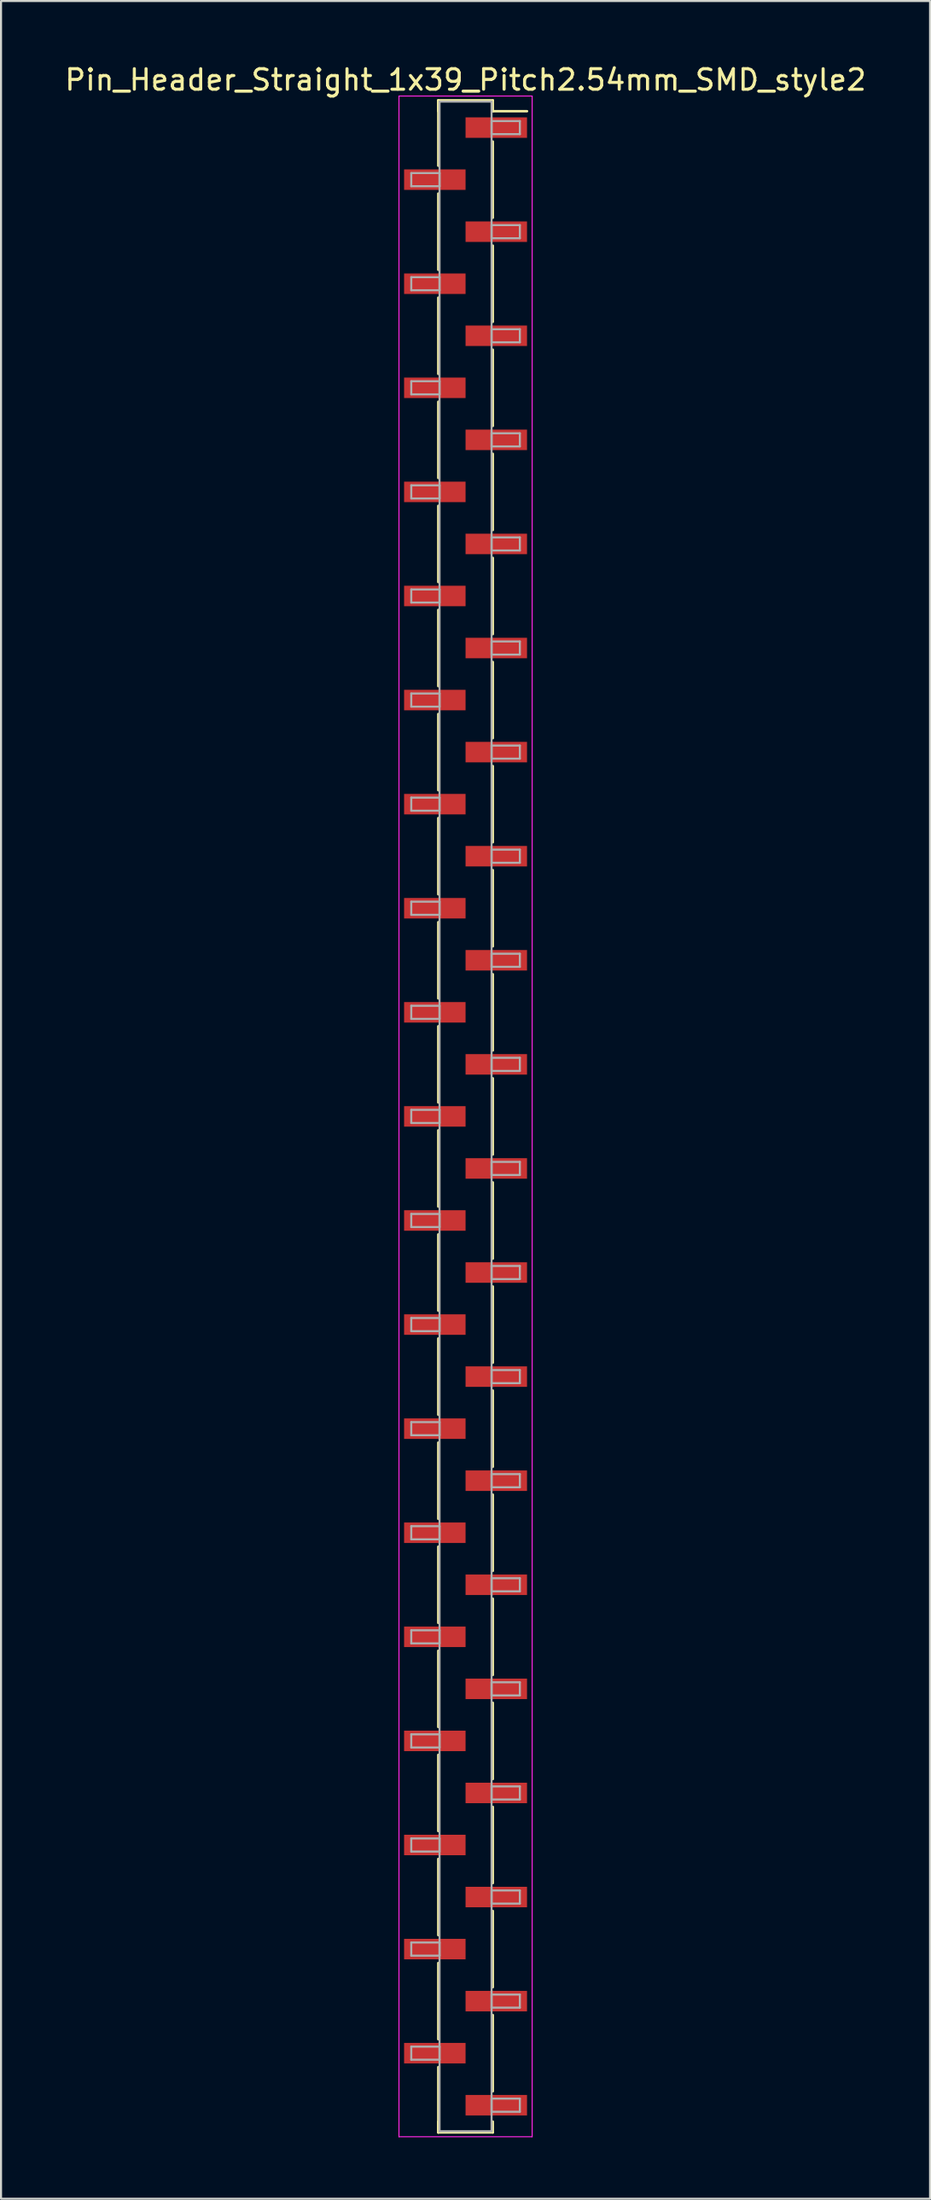
<source format=kicad_pcb>
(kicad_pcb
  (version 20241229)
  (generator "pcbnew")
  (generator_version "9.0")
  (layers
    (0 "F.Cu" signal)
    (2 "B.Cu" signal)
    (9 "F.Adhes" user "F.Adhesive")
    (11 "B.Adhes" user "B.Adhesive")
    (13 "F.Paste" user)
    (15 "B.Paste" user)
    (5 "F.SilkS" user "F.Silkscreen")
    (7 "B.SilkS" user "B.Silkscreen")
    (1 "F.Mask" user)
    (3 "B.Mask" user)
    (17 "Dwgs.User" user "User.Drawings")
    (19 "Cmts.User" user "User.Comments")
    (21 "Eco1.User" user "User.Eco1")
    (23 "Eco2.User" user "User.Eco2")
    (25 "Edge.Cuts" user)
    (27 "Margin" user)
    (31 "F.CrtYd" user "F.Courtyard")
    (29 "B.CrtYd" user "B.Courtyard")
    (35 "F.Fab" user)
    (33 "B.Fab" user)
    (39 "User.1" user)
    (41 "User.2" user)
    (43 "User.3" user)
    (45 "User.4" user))
  (footprint "Pin_Header_Straight_1x39_Pitch2.54mm_SMD_style2"
    (layer "F.Cu")
    (at 19.673 51.438)
    (property "Reference" "Pin_Header_Straight_1x39_Pitch2.54mm_SMD_style2" (at 0 -50.59 0) (layer "F.SilkS") (effects (font (size 1 1) (thickness 0.15))))
    (attr smd)
    (fp_line (start -1.33 -49.59) (end -1.33 -46.4) (stroke (width 0.12) (type solid)) (layer "F.SilkS"))
    (fp_line (start -1.33 -49.59) (end 1.33 -49.59) (stroke (width 0.12) (type solid)) (layer "F.SilkS"))
    (fp_line (start -1.33 -49.06) (end -1.33 -49.59) (stroke (width 0.12) (type solid)) (layer "F.SilkS"))
    (fp_line (start -1.33 -45.04) (end -1.33 -41.32) (stroke (width 0.12) (type solid)) (layer "F.SilkS"))
    (fp_line (start -1.33 -39.96) (end -1.33 -36.24) (stroke (width 0.12) (type solid)) (layer "F.SilkS"))
    (fp_line (start -1.33 -34.88) (end -1.33 -31.16) (stroke (width 0.12) (type solid)) (layer "F.SilkS"))
    (fp_line (start -1.33 -29.8) (end -1.33 -26.08) (stroke (width 0.12) (type solid)) (layer "F.SilkS"))
    (fp_line (start -1.33 -24.72) (end -1.33 -21) (stroke (width 0.12) (type solid)) (layer "F.SilkS"))
    (fp_line (start -1.33 -19.64) (end -1.33 -15.92) (stroke (width 0.12) (type solid)) (layer "F.SilkS"))
    (fp_line (start -1.33 -14.56) (end -1.33 -10.84) (stroke (width 0.12) (type solid)) (layer "F.SilkS"))
    (fp_line (start -1.33 -9.48) (end -1.33 -5.76) (stroke (width 0.12) (type solid)) (layer "F.SilkS"))
    (fp_line (start -1.33 -4.4) (end -1.33 -0.68) (stroke (width 0.12) (type solid)) (layer "F.SilkS"))
    (fp_line (start -1.33 0.68) (end -1.33 4.4) (stroke (width 0.12) (type solid)) (layer "F.SilkS"))
    (fp_line (start -1.33 5.76) (end -1.33 9.48) (stroke (width 0.12) (type solid)) (layer "F.SilkS"))
    (fp_line (start -1.33 10.84) (end -1.33 14.56) (stroke (width 0.12) (type solid)) (layer "F.SilkS"))
    (fp_line (start -1.33 15.92) (end -1.33 19.64) (stroke (width 0.12) (type solid)) (layer "F.SilkS"))
    (fp_line (start -1.33 21) (end -1.33 24.72) (stroke (width 0.12) (type solid)) (layer "F.SilkS"))
    (fp_line (start -1.33 26.08) (end -1.33 29.8) (stroke (width 0.12) (type solid)) (layer "F.SilkS"))
    (fp_line (start -1.33 31.16) (end -1.33 34.88) (stroke (width 0.12) (type solid)) (layer "F.SilkS"))
    (fp_line (start -1.33 36.24) (end -1.33 39.96) (stroke (width 0.12) (type solid)) (layer "F.SilkS"))
    (fp_line (start -1.33 41.32) (end -1.33 45.04) (stroke (width 0.12) (type solid)) (layer "F.SilkS"))
    (fp_line (start -1.33 46.4) (end -1.33 49.59) (stroke (width 0.12) (type solid)) (layer "F.SilkS"))
    (fp_line (start -1.33 49.06) (end -1.33 49.59) (stroke (width 0.12) (type solid)) (layer "F.SilkS"))
    (fp_line (start -1.33 49.59) (end 1.33 49.59) (stroke (width 0.12) (type solid)) (layer "F.SilkS"))
    (fp_line (start 1.33 -49.59) (end 1.33 -49.06) (stroke (width 0.12) (type solid)) (layer "F.SilkS"))
    (fp_line (start 1.33 -49.06) (end 3 -49.06) (stroke (width 0.12) (type solid)) (layer "F.SilkS"))
    (fp_line (start 1.33 -47.58) (end 1.33 -43.86) (stroke (width 0.12) (type solid)) (layer "F.SilkS"))
    (fp_line (start 1.33 -42.5) (end 1.33 -38.78) (stroke (width 0.12) (type solid)) (layer "F.SilkS"))
    (fp_line (start 1.33 -37.42) (end 1.33 -33.7) (stroke (width 0.12) (type solid)) (layer "F.SilkS"))
    (fp_line (start 1.33 -32.34) (end 1.33 -28.62) (stroke (width 0.12) (type solid)) (layer "F.SilkS"))
    (fp_line (start 1.33 -27.26) (end 1.33 -23.54) (stroke (width 0.12) (type solid)) (layer "F.SilkS"))
    (fp_line (start 1.33 -22.18) (end 1.33 -18.46) (stroke (width 0.12) (type solid)) (layer "F.SilkS"))
    (fp_line (start 1.33 -17.1) (end 1.33 -13.38) (stroke (width 0.12) (type solid)) (layer "F.SilkS"))
    (fp_line (start 1.33 -12.02) (end 1.33 -8.3) (stroke (width 0.12) (type solid)) (layer "F.SilkS"))
    (fp_line (start 1.33 -6.94) (end 1.33 -3.22) (stroke (width 0.12) (type solid)) (layer "F.SilkS"))
    (fp_line (start 1.33 -1.86) (end 1.33 1.86) (stroke (width 0.12) (type solid)) (layer "F.SilkS"))
    (fp_line (start 1.33 3.22) (end 1.33 6.94) (stroke (width 0.12) (type solid)) (layer "F.SilkS"))
    (fp_line (start 1.33 8.3) (end 1.33 12.02) (stroke (width 0.12) (type solid)) (layer "F.SilkS"))
    (fp_line (start 1.33 13.38) (end 1.33 17.1) (stroke (width 0.12) (type solid)) (layer "F.SilkS"))
    (fp_line (start 1.33 18.46) (end 1.33 22.18) (stroke (width 0.12) (type solid)) (layer "F.SilkS"))
    (fp_line (start 1.33 23.54) (end 1.33 27.26) (stroke (width 0.12) (type solid)) (layer "F.SilkS"))
    (fp_line (start 1.33 28.62) (end 1.33 32.34) (stroke (width 0.12) (type solid)) (layer "F.SilkS"))
    (fp_line (start 1.33 33.7) (end 1.33 37.42) (stroke (width 0.12) (type solid)) (layer "F.SilkS"))
    (fp_line (start 1.33 38.78) (end 1.33 42.5) (stroke (width 0.12) (type solid)) (layer "F.SilkS"))
    (fp_line (start 1.33 43.86) (end 1.33 47.58) (stroke (width 0.12) (type solid)) (layer "F.SilkS"))
    (fp_line (start 1.33 49.59) (end 1.33 49.06) (stroke (width 0.12) (type solid)) (layer "F.SilkS"))
    (fp_line (start -3.25 -49.8) (end -3.25 49.8) (stroke (width 0.05) (type solid)) (layer "F.CrtYd"))
    (fp_line (start -3.25 49.8) (end 3.25 49.8) (stroke (width 0.05) (type solid)) (layer "F.CrtYd"))
    (fp_line (start 3.25 -49.8) (end -3.25 -49.8) (stroke (width 0.05) (type solid)) (layer "F.CrtYd"))
    (fp_line (start 3.25 49.8) (end 3.25 -49.8) (stroke (width 0.05) (type solid)) (layer "F.CrtYd"))
    (fp_line (start -2.65 -46.04) (end -1.27 -46.04) (stroke (width 0.1) (type solid)) (layer "F.Fab"))
    (fp_line (start -2.65 -45.4) (end -2.65 -46.04) (stroke (width 0.1) (type solid)) (layer "F.Fab"))
    (fp_line (start -2.65 -40.96) (end -1.27 -40.96) (stroke (width 0.1) (type solid)) (layer "F.Fab"))
    (fp_line (start -2.65 -40.32) (end -2.65 -40.96) (stroke (width 0.1) (type solid)) (layer "F.Fab"))
    (fp_line (start -2.65 -35.88) (end -1.27 -35.88) (stroke (width 0.1) (type solid)) (layer "F.Fab"))
    (fp_line (start -2.65 -35.24) (end -2.65 -35.88) (stroke (width 0.1) (type solid)) (layer "F.Fab"))
    (fp_line (start -2.65 -30.8) (end -1.27 -30.8) (stroke (width 0.1) (type solid)) (layer "F.Fab"))
    (fp_line (start -2.65 -30.16) (end -2.65 -30.8) (stroke (width 0.1) (type solid)) (layer "F.Fab"))
    (fp_line (start -2.65 -25.72) (end -1.27 -25.72) (stroke (width 0.1) (type solid)) (layer "F.Fab"))
    (fp_line (start -2.65 -25.08) (end -2.65 -25.72) (stroke (width 0.1) (type solid)) (layer "F.Fab"))
    (fp_line (start -2.65 -20.64) (end -1.27 -20.64) (stroke (width 0.1) (type solid)) (layer "F.Fab"))
    (fp_line (start -2.65 -20) (end -2.65 -20.64) (stroke (width 0.1) (type solid)) (layer "F.Fab"))
    (fp_line (start -2.65 -15.56) (end -1.27 -15.56) (stroke (width 0.1) (type solid)) (layer "F.Fab"))
    (fp_line (start -2.65 -14.92) (end -2.65 -15.56) (stroke (width 0.1) (type solid)) (layer "F.Fab"))
    (fp_line (start -2.65 -10.48) (end -1.27 -10.48) (stroke (width 0.1) (type solid)) (layer "F.Fab"))
    (fp_line (start -2.65 -9.84) (end -2.65 -10.48) (stroke (width 0.1) (type solid)) (layer "F.Fab"))
    (fp_line (start -2.65 -5.4) (end -1.27 -5.4) (stroke (width 0.1) (type solid)) (layer "F.Fab"))
    (fp_line (start -2.65 -4.76) (end -2.65 -5.4) (stroke (width 0.1) (type solid)) (layer "F.Fab"))
    (fp_line (start -2.65 -0.32) (end -1.27 -0.32) (stroke (width 0.1) (type solid)) (layer "F.Fab"))
    (fp_line (start -2.65 0.32) (end -2.65 -0.32) (stroke (width 0.1) (type solid)) (layer "F.Fab"))
    (fp_line (start -2.65 4.76) (end -1.27 4.76) (stroke (width 0.1) (type solid)) (layer "F.Fab"))
    (fp_line (start -2.65 5.4) (end -2.65 4.76) (stroke (width 0.1) (type solid)) (layer "F.Fab"))
    (fp_line (start -2.65 9.84) (end -1.27 9.84) (stroke (width 0.1) (type solid)) (layer "F.Fab"))
    (fp_line (start -2.65 10.48) (end -2.65 9.84) (stroke (width 0.1) (type solid)) (layer "F.Fab"))
    (fp_line (start -2.65 14.92) (end -1.27 14.92) (stroke (width 0.1) (type solid)) (layer "F.Fab"))
    (fp_line (start -2.65 15.56) (end -2.65 14.92) (stroke (width 0.1) (type solid)) (layer "F.Fab"))
    (fp_line (start -2.65 20) (end -1.27 20) (stroke (width 0.1) (type solid)) (layer "F.Fab"))
    (fp_line (start -2.65 20.64) (end -2.65 20) (stroke (width 0.1) (type solid)) (layer "F.Fab"))
    (fp_line (start -2.65 25.08) (end -1.27 25.08) (stroke (width 0.1) (type solid)) (layer "F.Fab"))
    (fp_line (start -2.65 25.72) (end -2.65 25.08) (stroke (width 0.1) (type solid)) (layer "F.Fab"))
    (fp_line (start -2.65 30.16) (end -1.27 30.16) (stroke (width 0.1) (type solid)) (layer "F.Fab"))
    (fp_line (start -2.65 30.8) (end -2.65 30.16) (stroke (width 0.1) (type solid)) (layer "F.Fab"))
    (fp_line (start -2.65 35.24) (end -1.27 35.24) (stroke (width 0.1) (type solid)) (layer "F.Fab"))
    (fp_line (start -2.65 35.88) (end -2.65 35.24) (stroke (width 0.1) (type solid)) (layer "F.Fab"))
    (fp_line (start -2.65 40.32) (end -1.27 40.32) (stroke (width 0.1) (type solid)) (layer "F.Fab"))
    (fp_line (start -2.65 40.96) (end -2.65 40.32) (stroke (width 0.1) (type solid)) (layer "F.Fab"))
    (fp_line (start -2.65 45.4) (end -1.27 45.4) (stroke (width 0.1) (type solid)) (layer "F.Fab"))
    (fp_line (start -2.65 46.04) (end -2.65 45.4) (stroke (width 0.1) (type solid)) (layer "F.Fab"))
    (fp_line (start -1.27 -49.53) (end -1.27 49.53) (stroke (width 0.1) (type solid)) (layer "F.Fab"))
    (fp_line (start -1.27 -46.04) (end -1.27 -45.4) (stroke (width 0.1) (type solid)) (layer "F.Fab"))
    (fp_line (start -1.27 -45.4) (end -2.65 -45.4) (stroke (width 0.1) (type solid)) (layer "F.Fab"))
    (fp_line (start -1.27 -40.96) (end -1.27 -40.32) (stroke (width 0.1) (type solid)) (layer "F.Fab"))
    (fp_line (start -1.27 -40.32) (end -2.65 -40.32) (stroke (width 0.1) (type solid)) (layer "F.Fab"))
    (fp_line (start -1.27 -35.88) (end -1.27 -35.24) (stroke (width 0.1) (type solid)) (layer "F.Fab"))
    (fp_line (start -1.27 -35.24) (end -2.65 -35.24) (stroke (width 0.1) (type solid)) (layer "F.Fab"))
    (fp_line (start -1.27 -30.8) (end -1.27 -30.16) (stroke (width 0.1) (type solid)) (layer "F.Fab"))
    (fp_line (start -1.27 -30.16) (end -2.65 -30.16) (stroke (width 0.1) (type solid)) (layer "F.Fab"))
    (fp_line (start -1.27 -25.72) (end -1.27 -25.08) (stroke (width 0.1) (type solid)) (layer "F.Fab"))
    (fp_line (start -1.27 -25.08) (end -2.65 -25.08) (stroke (width 0.1) (type solid)) (layer "F.Fab"))
    (fp_line (start -1.27 -20.64) (end -1.27 -20) (stroke (width 0.1) (type solid)) (layer "F.Fab"))
    (fp_line (start -1.27 -20) (end -2.65 -20) (stroke (width 0.1) (type solid)) (layer "F.Fab"))
    (fp_line (start -1.27 -15.56) (end -1.27 -14.92) (stroke (width 0.1) (type solid)) (layer "F.Fab"))
    (fp_line (start -1.27 -14.92) (end -2.65 -14.92) (stroke (width 0.1) (type solid)) (layer "F.Fab"))
    (fp_line (start -1.27 -10.48) (end -1.27 -9.84) (stroke (width 0.1) (type solid)) (layer "F.Fab"))
    (fp_line (start -1.27 -9.84) (end -2.65 -9.84) (stroke (width 0.1) (type solid)) (layer "F.Fab"))
    (fp_line (start -1.27 -5.4) (end -1.27 -4.76) (stroke (width 0.1) (type solid)) (layer "F.Fab"))
    (fp_line (start -1.27 -4.76) (end -2.65 -4.76) (stroke (width 0.1) (type solid)) (layer "F.Fab"))
    (fp_line (start -1.27 -0.32) (end -1.27 0.32) (stroke (width 0.1) (type solid)) (layer "F.Fab"))
    (fp_line (start -1.27 0.32) (end -2.65 0.32) (stroke (width 0.1) (type solid)) (layer "F.Fab"))
    (fp_line (start -1.27 4.76) (end -1.27 5.4) (stroke (width 0.1) (type solid)) (layer "F.Fab"))
    (fp_line (start -1.27 5.4) (end -2.65 5.4) (stroke (width 0.1) (type solid)) (layer "F.Fab"))
    (fp_line (start -1.27 9.84) (end -1.27 10.48) (stroke (width 0.1) (type solid)) (layer "F.Fab"))
    (fp_line (start -1.27 10.48) (end -2.65 10.48) (stroke (width 0.1) (type solid)) (layer "F.Fab"))
    (fp_line (start -1.27 14.92) (end -1.27 15.56) (stroke (width 0.1) (type solid)) (layer "F.Fab"))
    (fp_line (start -1.27 15.56) (end -2.65 15.56) (stroke (width 0.1) (type solid)) (layer "F.Fab"))
    (fp_line (start -1.27 20) (end -1.27 20.64) (stroke (width 0.1) (type solid)) (layer "F.Fab"))
    (fp_line (start -1.27 20.64) (end -2.65 20.64) (stroke (width 0.1) (type solid)) (layer "F.Fab"))
    (fp_line (start -1.27 25.08) (end -1.27 25.72) (stroke (width 0.1) (type solid)) (layer "F.Fab"))
    (fp_line (start -1.27 25.72) (end -2.65 25.72) (stroke (width 0.1) (type solid)) (layer "F.Fab"))
    (fp_line (start -1.27 30.16) (end -1.27 30.8) (stroke (width 0.1) (type solid)) (layer "F.Fab"))
    (fp_line (start -1.27 30.8) (end -2.65 30.8) (stroke (width 0.1) (type solid)) (layer "F.Fab"))
    (fp_line (start -1.27 35.24) (end -1.27 35.88) (stroke (width 0.1) (type solid)) (layer "F.Fab"))
    (fp_line (start -1.27 35.88) (end -2.65 35.88) (stroke (width 0.1) (type solid)) (layer "F.Fab"))
    (fp_line (start -1.27 40.32) (end -1.27 40.96) (stroke (width 0.1) (type solid)) (layer "F.Fab"))
    (fp_line (start -1.27 40.96) (end -2.65 40.96) (stroke (width 0.1) (type solid)) (layer "F.Fab"))
    (fp_line (start -1.27 45.4) (end -1.27 46.04) (stroke (width 0.1) (type solid)) (layer "F.Fab"))
    (fp_line (start -1.27 46.04) (end -2.65 46.04) (stroke (width 0.1) (type solid)) (layer "F.Fab"))
    (fp_line (start -1.27 49.53) (end 1.27 49.53) (stroke (width 0.1) (type solid)) (layer "F.Fab"))
    (fp_line (start 1.27 -49.53) (end -1.27 -49.53) (stroke (width 0.1) (type solid)) (layer "F.Fab"))
    (fp_line (start 1.27 -48.58) (end 1.27 -47.94) (stroke (width 0.1) (type solid)) (layer "F.Fab"))
    (fp_line (start 1.27 -47.94) (end 2.65 -47.94) (stroke (width 0.1) (type solid)) (layer "F.Fab"))
    (fp_line (start 1.27 -43.5) (end 1.27 -42.86) (stroke (width 0.1) (type solid)) (layer "F.Fab"))
    (fp_line (start 1.27 -42.86) (end 2.65 -42.86) (stroke (width 0.1) (type solid)) (layer "F.Fab"))
    (fp_line (start 1.27 -38.42) (end 1.27 -37.78) (stroke (width 0.1) (type solid)) (layer "F.Fab"))
    (fp_line (start 1.27 -37.78) (end 2.65 -37.78) (stroke (width 0.1) (type solid)) (layer "F.Fab"))
    (fp_line (start 1.27 -33.34) (end 1.27 -32.7) (stroke (width 0.1) (type solid)) (layer "F.Fab"))
    (fp_line (start 1.27 -32.7) (end 2.65 -32.7) (stroke (width 0.1) (type solid)) (layer "F.Fab"))
    (fp_line (start 1.27 -28.26) (end 1.27 -27.62) (stroke (width 0.1) (type solid)) (layer "F.Fab"))
    (fp_line (start 1.27 -27.62) (end 2.65 -27.62) (stroke (width 0.1) (type solid)) (layer "F.Fab"))
    (fp_line (start 1.27 -23.18) (end 1.27 -22.54) (stroke (width 0.1) (type solid)) (layer "F.Fab"))
    (fp_line (start 1.27 -22.54) (end 2.65 -22.54) (stroke (width 0.1) (type solid)) (layer "F.Fab"))
    (fp_line (start 1.27 -18.1) (end 1.27 -17.46) (stroke (width 0.1) (type solid)) (layer "F.Fab"))
    (fp_line (start 1.27 -17.46) (end 2.65 -17.46) (stroke (width 0.1) (type solid)) (layer "F.Fab"))
    (fp_line (start 1.27 -13.02) (end 1.27 -12.38) (stroke (width 0.1) (type solid)) (layer "F.Fab"))
    (fp_line (start 1.27 -12.38) (end 2.65 -12.38) (stroke (width 0.1) (type solid)) (layer "F.Fab"))
    (fp_line (start 1.27 -7.94) (end 1.27 -7.3) (stroke (width 0.1) (type solid)) (layer "F.Fab"))
    (fp_line (start 1.27 -7.3) (end 2.65 -7.3) (stroke (width 0.1) (type solid)) (layer "F.Fab"))
    (fp_line (start 1.27 -2.86) (end 1.27 -2.22) (stroke (width 0.1) (type solid)) (layer "F.Fab"))
    (fp_line (start 1.27 -2.22) (end 2.65 -2.22) (stroke (width 0.1) (type solid)) (layer "F.Fab"))
    (fp_line (start 1.27 2.22) (end 1.27 2.86) (stroke (width 0.1) (type solid)) (layer "F.Fab"))
    (fp_line (start 1.27 2.86) (end 2.65 2.86) (stroke (width 0.1) (type solid)) (layer "F.Fab"))
    (fp_line (start 1.27 7.3) (end 1.27 7.94) (stroke (width 0.1) (type solid)) (layer "F.Fab"))
    (fp_line (start 1.27 7.94) (end 2.65 7.94) (stroke (width 0.1) (type solid)) (layer "F.Fab"))
    (fp_line (start 1.27 12.38) (end 1.27 13.02) (stroke (width 0.1) (type solid)) (layer "F.Fab"))
    (fp_line (start 1.27 13.02) (end 2.65 13.02) (stroke (width 0.1) (type solid)) (layer "F.Fab"))
    (fp_line (start 1.27 17.46) (end 1.27 18.1) (stroke (width 0.1) (type solid)) (layer "F.Fab"))
    (fp_line (start 1.27 18.1) (end 2.65 18.1) (stroke (width 0.1) (type solid)) (layer "F.Fab"))
    (fp_line (start 1.27 22.54) (end 1.27 23.18) (stroke (width 0.1) (type solid)) (layer "F.Fab"))
    (fp_line (start 1.27 23.18) (end 2.65 23.18) (stroke (width 0.1) (type solid)) (layer "F.Fab"))
    (fp_line (start 1.27 27.62) (end 1.27 28.26) (stroke (width 0.1) (type solid)) (layer "F.Fab"))
    (fp_line (start 1.27 28.26) (end 2.65 28.26) (stroke (width 0.1) (type solid)) (layer "F.Fab"))
    (fp_line (start 1.27 32.7) (end 1.27 33.34) (stroke (width 0.1) (type solid)) (layer "F.Fab"))
    (fp_line (start 1.27 33.34) (end 2.65 33.34) (stroke (width 0.1) (type solid)) (layer "F.Fab"))
    (fp_line (start 1.27 37.78) (end 1.27 38.42) (stroke (width 0.1) (type solid)) (layer "F.Fab"))
    (fp_line (start 1.27 38.42) (end 2.65 38.42) (stroke (width 0.1) (type solid)) (layer "F.Fab"))
    (fp_line (start 1.27 42.86) (end 1.27 43.5) (stroke (width 0.1) (type solid)) (layer "F.Fab"))
    (fp_line (start 1.27 43.5) (end 2.65 43.5) (stroke (width 0.1) (type solid)) (layer "F.Fab"))
    (fp_line (start 1.27 47.94) (end 1.27 48.58) (stroke (width 0.1) (type solid)) (layer "F.Fab"))
    (fp_line (start 1.27 48.58) (end 2.65 48.58) (stroke (width 0.1) (type solid)) (layer "F.Fab"))
    (fp_line (start 1.27 49.53) (end 1.27 -49.53) (stroke (width 0.1) (type solid)) (layer "F.Fab"))
    (fp_line (start 2.65 -48.58) (end 1.27 -48.58) (stroke (width 0.1) (type solid)) (layer "F.Fab"))
    (fp_line (start 2.65 -47.94) (end 2.65 -48.58) (stroke (width 0.1) (type solid)) (layer "F.Fab"))
    (fp_line (start 2.65 -43.5) (end 1.27 -43.5) (stroke (width 0.1) (type solid)) (layer "F.Fab"))
    (fp_line (start 2.65 -42.86) (end 2.65 -43.5) (stroke (width 0.1) (type solid)) (layer "F.Fab"))
    (fp_line (start 2.65 -38.42) (end 1.27 -38.42) (stroke (width 0.1) (type solid)) (layer "F.Fab"))
    (fp_line (start 2.65 -37.78) (end 2.65 -38.42) (stroke (width 0.1) (type solid)) (layer "F.Fab"))
    (fp_line (start 2.65 -33.34) (end 1.27 -33.34) (stroke (width 0.1) (type solid)) (layer "F.Fab"))
    (fp_line (start 2.65 -32.7) (end 2.65 -33.34) (stroke (width 0.1) (type solid)) (layer "F.Fab"))
    (fp_line (start 2.65 -28.26) (end 1.27 -28.26) (stroke (width 0.1) (type solid)) (layer "F.Fab"))
    (fp_line (start 2.65 -27.62) (end 2.65 -28.26) (stroke (width 0.1) (type solid)) (layer "F.Fab"))
    (fp_line (start 2.65 -23.18) (end 1.27 -23.18) (stroke (width 0.1) (type solid)) (layer "F.Fab"))
    (fp_line (start 2.65 -22.54) (end 2.65 -23.18) (stroke (width 0.1) (type solid)) (layer "F.Fab"))
    (fp_line (start 2.65 -18.1) (end 1.27 -18.1) (stroke (width 0.1) (type solid)) (layer "F.Fab"))
    (fp_line (start 2.65 -17.46) (end 2.65 -18.1) (stroke (width 0.1) (type solid)) (layer "F.Fab"))
    (fp_line (start 2.65 -13.02) (end 1.27 -13.02) (stroke (width 0.1) (type solid)) (layer "F.Fab"))
    (fp_line (start 2.65 -12.38) (end 2.65 -13.02) (stroke (width 0.1) (type solid)) (layer "F.Fab"))
    (fp_line (start 2.65 -7.94) (end 1.27 -7.94) (stroke (width 0.1) (type solid)) (layer "F.Fab"))
    (fp_line (start 2.65 -7.3) (end 2.65 -7.94) (stroke (width 0.1) (type solid)) (layer "F.Fab"))
    (fp_line (start 2.65 -2.86) (end 1.27 -2.86) (stroke (width 0.1) (type solid)) (layer "F.Fab"))
    (fp_line (start 2.65 -2.22) (end 2.65 -2.86) (stroke (width 0.1) (type solid)) (layer "F.Fab"))
    (fp_line (start 2.65 2.22) (end 1.27 2.22) (stroke (width 0.1) (type solid)) (layer "F.Fab"))
    (fp_line (start 2.65 2.86) (end 2.65 2.22) (stroke (width 0.1) (type solid)) (layer "F.Fab"))
    (fp_line (start 2.65 7.3) (end 1.27 7.3) (stroke (width 0.1) (type solid)) (layer "F.Fab"))
    (fp_line (start 2.65 7.94) (end 2.65 7.3) (stroke (width 0.1) (type solid)) (layer "F.Fab"))
    (fp_line (start 2.65 12.38) (end 1.27 12.38) (stroke (width 0.1) (type solid)) (layer "F.Fab"))
    (fp_line (start 2.65 13.02) (end 2.65 12.38) (stroke (width 0.1) (type solid)) (layer "F.Fab"))
    (fp_line (start 2.65 17.46) (end 1.27 17.46) (stroke (width 0.1) (type solid)) (layer "F.Fab"))
    (fp_line (start 2.65 18.1) (end 2.65 17.46) (stroke (width 0.1) (type solid)) (layer "F.Fab"))
    (fp_line (start 2.65 22.54) (end 1.27 22.54) (stroke (width 0.1) (type solid)) (layer "F.Fab"))
    (fp_line (start 2.65 23.18) (end 2.65 22.54) (stroke (width 0.1) (type solid)) (layer "F.Fab"))
    (fp_line (start 2.65 27.62) (end 1.27 27.62) (stroke (width 0.1) (type solid)) (layer "F.Fab"))
    (fp_line (start 2.65 28.26) (end 2.65 27.62) (stroke (width 0.1) (type solid)) (layer "F.Fab"))
    (fp_line (start 2.65 32.7) (end 1.27 32.7) (stroke (width 0.1) (type solid)) (layer "F.Fab"))
    (fp_line (start 2.65 33.34) (end 2.65 32.7) (stroke (width 0.1) (type solid)) (layer "F.Fab"))
    (fp_line (start 2.65 37.78) (end 1.27 37.78) (stroke (width 0.1) (type solid)) (layer "F.Fab"))
    (fp_line (start 2.65 38.42) (end 2.65 37.78) (stroke (width 0.1) (type solid)) (layer "F.Fab"))
    (fp_line (start 2.65 42.86) (end 1.27 42.86) (stroke (width 0.1) (type solid)) (layer "F.Fab"))
    (fp_line (start 2.65 43.5) (end 2.65 42.86) (stroke (width 0.1) (type solid)) (layer "F.Fab"))
    (fp_line (start 2.65 47.94) (end 1.27 47.94) (stroke (width 0.1) (type solid)) (layer "F.Fab"))
    (fp_line (start 2.65 48.58) (end 2.65 47.94) (stroke (width 0.1) (type solid)) (layer "F.Fab"))
    (pad "1" smd rect (at 1.5 -48.26) (size 3 1) (layers "F.Cu" "F.Mask"))
    (pad "2" smd rect (at -1.5 -45.72) (size 3 1) (layers "F.Cu" "F.Mask"))
    (pad "3" smd rect (at 1.5 -43.18) (size 3 1) (layers "F.Cu" "F.Mask"))
    (pad "4" smd rect (at -1.5 -40.64) (size 3 1) (layers "F.Cu" "F.Mask"))
    (pad "5" smd rect (at 1.5 -38.1) (size 3 1) (layers "F.Cu" "F.Mask"))
    (pad "6" smd rect (at -1.5 -35.56) (size 3 1) (layers "F.Cu" "F.Mask"))
    (pad "7" smd rect (at 1.5 -33.02) (size 3 1) (layers "F.Cu" "F.Mask"))
    (pad "8" smd rect (at -1.5 -30.48) (size 3 1) (layers "F.Cu" "F.Mask"))
    (pad "9" smd rect (at 1.5 -27.94) (size 3 1) (layers "F.Cu" "F.Mask"))
    (pad "10" smd rect (at -1.5 -25.4) (size 3 1) (layers "F.Cu" "F.Mask"))
    (pad "11" smd rect (at 1.5 -22.86) (size 3 1) (layers "F.Cu" "F.Mask"))
    (pad "12" smd rect (at -1.5 -20.32) (size 3 1) (layers "F.Cu" "F.Mask"))
    (pad "13" smd rect (at 1.5 -17.78) (size 3 1) (layers "F.Cu" "F.Mask"))
    (pad "14" smd rect (at -1.5 -15.24) (size 3 1) (layers "F.Cu" "F.Mask"))
    (pad "15" smd rect (at 1.5 -12.7) (size 3 1) (layers "F.Cu" "F.Mask"))
    (pad "16" smd rect (at -1.5 -10.16) (size 3 1) (layers "F.Cu" "F.Mask"))
    (pad "17" smd rect (at 1.5 -7.62) (size 3 1) (layers "F.Cu" "F.Mask"))
    (pad "18" smd rect (at -1.5 -5.08) (size 3 1) (layers "F.Cu" "F.Mask"))
    (pad "19" smd rect (at 1.5 -2.54) (size 3 1) (layers "F.Cu" "F.Mask"))
    (pad "20" smd rect (at -1.5 0) (size 3 1) (layers "F.Cu" "F.Mask"))
    (pad "21" smd rect (at 1.5 2.54) (size 3 1) (layers "F.Cu" "F.Mask"))
    (pad "22" smd rect (at -1.5 5.08) (size 3 1) (layers "F.Cu" "F.Mask"))
    (pad "23" smd rect (at 1.5 7.62) (size 3 1) (layers "F.Cu" "F.Mask"))
    (pad "24" smd rect (at -1.5 10.16) (size 3 1) (layers "F.Cu" "F.Mask"))
    (pad "25" smd rect (at 1.5 12.7) (size 3 1) (layers "F.Cu" "F.Mask"))
    (pad "26" smd rect (at -1.5 15.24) (size 3 1) (layers "F.Cu" "F.Mask"))
    (pad "27" smd rect (at 1.5 17.78) (size 3 1) (layers "F.Cu" "F.Mask"))
    (pad "28" smd rect (at -1.5 20.32) (size 3 1) (layers "F.Cu" "F.Mask"))
    (pad "29" smd rect (at 1.5 22.86) (size 3 1) (layers "F.Cu" "F.Mask"))
    (pad "30" smd rect (at -1.5 25.4) (size 3 1) (layers "F.Cu" "F.Mask"))
    (pad "31" smd rect (at 1.5 27.94) (size 3 1) (layers "F.Cu" "F.Mask"))
    (pad "32" smd rect (at -1.5 30.48) (size 3 1) (layers "F.Cu" "F.Mask"))
    (pad "33" smd rect (at 1.5 33.02) (size 3 1) (layers "F.Cu" "F.Mask"))
    (pad "34" smd rect (at -1.5 35.56) (size 3 1) (layers "F.Cu" "F.Mask"))
    (pad "35" smd rect (at 1.5 38.1) (size 3 1) (layers "F.Cu" "F.Mask"))
    (pad "36" smd rect (at -1.5 40.64) (size 3 1) (layers "F.Cu" "F.Mask"))
    (pad "37" smd rect (at 1.5 43.18) (size 3 1) (layers "F.Cu" "F.Mask"))
    (pad "38" smd rect (at -1.5 45.72) (size 3 1) (layers "F.Cu" "F.Mask"))
    (pad "39" smd rect (at 1.5 48.26) (size 3 1) (layers "F.Cu" "F.Mask")))
  (gr_rect
    (start -3 -3)
    (end 42.345 104.263)
    (stroke (width 0.1) (type default))
    (fill no)
    (layer "Edge.Cuts")))
</source>
